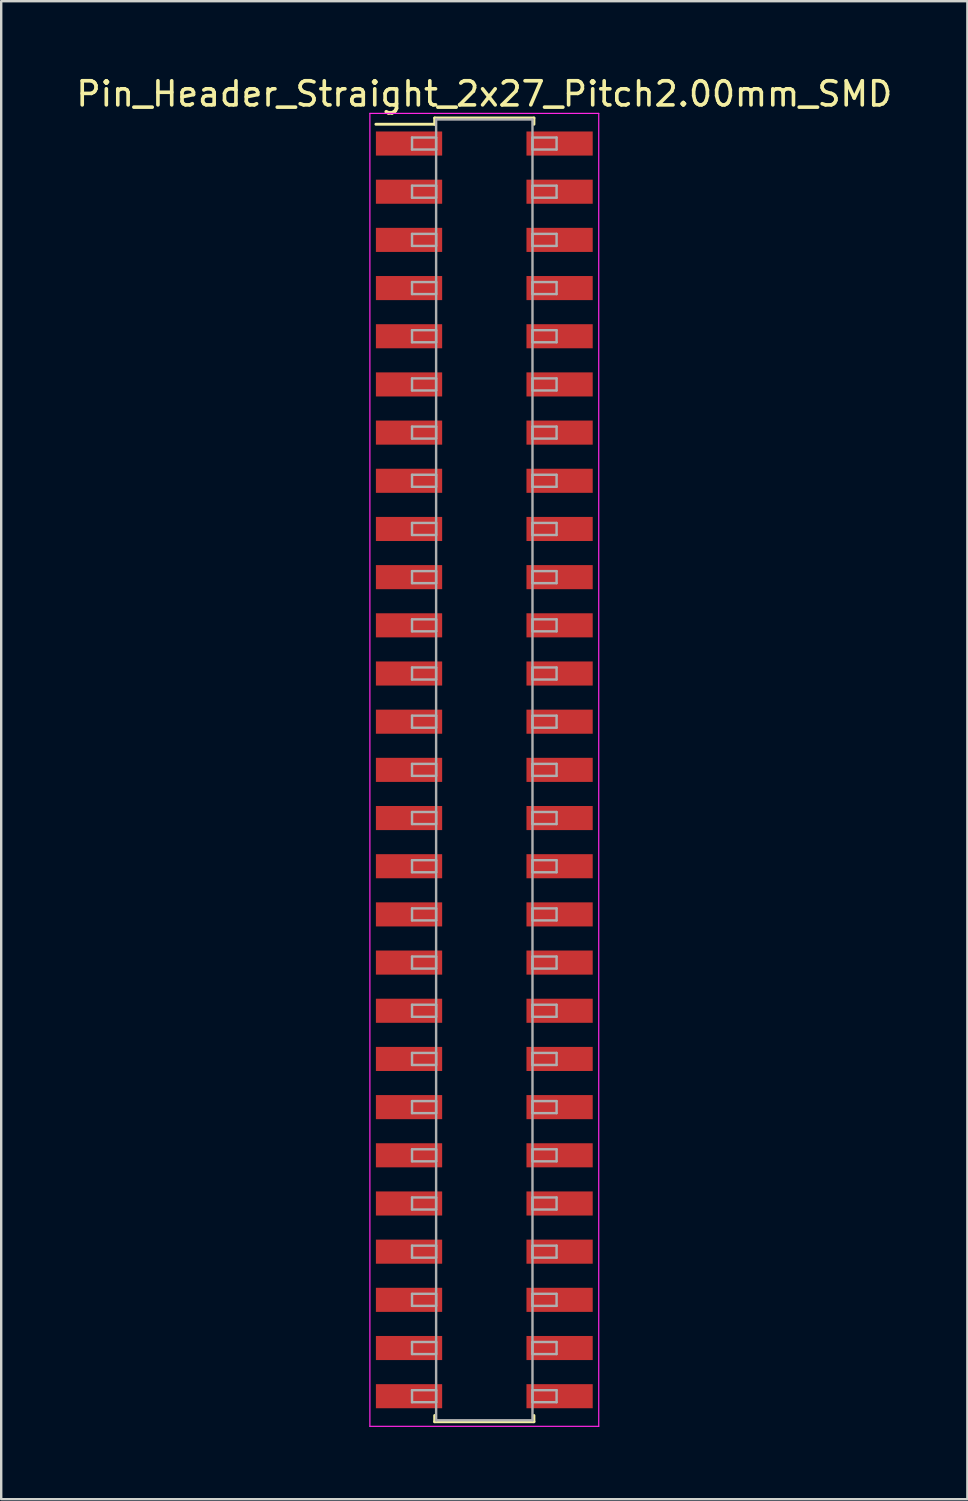
<source format=kicad_pcb>
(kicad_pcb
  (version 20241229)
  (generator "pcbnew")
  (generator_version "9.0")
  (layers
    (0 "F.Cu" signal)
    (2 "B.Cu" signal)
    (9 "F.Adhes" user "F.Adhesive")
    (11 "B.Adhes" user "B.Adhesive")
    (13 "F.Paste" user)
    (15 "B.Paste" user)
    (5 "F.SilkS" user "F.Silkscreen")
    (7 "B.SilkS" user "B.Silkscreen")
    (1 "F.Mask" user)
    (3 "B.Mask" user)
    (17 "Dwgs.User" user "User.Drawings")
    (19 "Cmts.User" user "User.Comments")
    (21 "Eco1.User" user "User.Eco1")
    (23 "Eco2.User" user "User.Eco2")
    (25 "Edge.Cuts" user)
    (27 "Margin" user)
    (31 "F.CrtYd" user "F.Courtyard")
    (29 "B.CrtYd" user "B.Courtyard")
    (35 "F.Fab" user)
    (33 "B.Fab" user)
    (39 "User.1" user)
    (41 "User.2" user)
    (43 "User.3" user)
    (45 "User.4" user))
  (footprint "Pin_Header_Straight_2x27_Pitch2.00mm_SMD"
    (layer "F.Cu")
    (at 17.054 28.908)
    (property "Reference" "Pin_Header_Straight_2x27_Pitch2.00mm_SMD" (at 0 -28.06 0) (layer "F.SilkS") (effects (font (size 1 1) (thickness 0.15))))
    (attr smd)
    (fp_line (start -4.5 -26.8) (end -2.06 -26.8) (stroke (width 0.12) (type solid)) (layer "F.SilkS"))
    (fp_line (start -2.06 -27.06) (end 2.06 -27.06) (stroke (width 0.12) (type solid)) (layer "F.SilkS"))
    (fp_line (start -2.06 -26.8) (end -2.06 -27.06) (stroke (width 0.12) (type solid)) (layer "F.SilkS"))
    (fp_line (start -2.06 26.8) (end -2.06 27.06) (stroke (width 0.12) (type solid)) (layer "F.SilkS"))
    (fp_line (start -2.06 27.06) (end 2.06 27.06) (stroke (width 0.12) (type solid)) (layer "F.SilkS"))
    (fp_line (start 2.06 -27.06) (end 2.06 -26.8) (stroke (width 0.12) (type solid)) (layer "F.SilkS"))
    (fp_line (start 2.06 27.06) (end 2.06 26.8) (stroke (width 0.12) (type solid)) (layer "F.SilkS"))
    (fp_line (start -4.75 -27.25) (end -4.75 27.25) (stroke (width 0.05) (type solid)) (layer "F.CrtYd"))
    (fp_line (start -4.75 27.25) (end 4.75 27.25) (stroke (width 0.05) (type solid)) (layer "F.CrtYd"))
    (fp_line (start 4.75 -27.25) (end -4.75 -27.25) (stroke (width 0.05) (type solid)) (layer "F.CrtYd"))
    (fp_line (start 4.75 27.25) (end 4.75 -27.25) (stroke (width 0.05) (type solid)) (layer "F.CrtYd"))
    (fp_line (start -3 -26.25) (end -2 -26.25) (stroke (width 0.1) (type solid)) (layer "F.Fab"))
    (fp_line (start -3 -25.75) (end -3 -26.25) (stroke (width 0.1) (type solid)) (layer "F.Fab"))
    (fp_line (start -3 -24.25) (end -2 -24.25) (stroke (width 0.1) (type solid)) (layer "F.Fab"))
    (fp_line (start -3 -23.75) (end -3 -24.25) (stroke (width 0.1) (type solid)) (layer "F.Fab"))
    (fp_line (start -3 -22.25) (end -2 -22.25) (stroke (width 0.1) (type solid)) (layer "F.Fab"))
    (fp_line (start -3 -21.75) (end -3 -22.25) (stroke (width 0.1) (type solid)) (layer "F.Fab"))
    (fp_line (start -3 -20.25) (end -2 -20.25) (stroke (width 0.1) (type solid)) (layer "F.Fab"))
    (fp_line (start -3 -19.75) (end -3 -20.25) (stroke (width 0.1) (type solid)) (layer "F.Fab"))
    (fp_line (start -3 -18.25) (end -2 -18.25) (stroke (width 0.1) (type solid)) (layer "F.Fab"))
    (fp_line (start -3 -17.75) (end -3 -18.25) (stroke (width 0.1) (type solid)) (layer "F.Fab"))
    (fp_line (start -3 -16.25) (end -2 -16.25) (stroke (width 0.1) (type solid)) (layer "F.Fab"))
    (fp_line (start -3 -15.75) (end -3 -16.25) (stroke (width 0.1) (type solid)) (layer "F.Fab"))
    (fp_line (start -3 -14.25) (end -2 -14.25) (stroke (width 0.1) (type solid)) (layer "F.Fab"))
    (fp_line (start -3 -13.75) (end -3 -14.25) (stroke (width 0.1) (type solid)) (layer "F.Fab"))
    (fp_line (start -3 -12.25) (end -2 -12.25) (stroke (width 0.1) (type solid)) (layer "F.Fab"))
    (fp_line (start -3 -11.75) (end -3 -12.25) (stroke (width 0.1) (type solid)) (layer "F.Fab"))
    (fp_line (start -3 -10.25) (end -2 -10.25) (stroke (width 0.1) (type solid)) (layer "F.Fab"))
    (fp_line (start -3 -9.75) (end -3 -10.25) (stroke (width 0.1) (type solid)) (layer "F.Fab"))
    (fp_line (start -3 -8.25) (end -2 -8.25) (stroke (width 0.1) (type solid)) (layer "F.Fab"))
    (fp_line (start -3 -7.75) (end -3 -8.25) (stroke (width 0.1) (type solid)) (layer "F.Fab"))
    (fp_line (start -3 -6.25) (end -2 -6.25) (stroke (width 0.1) (type solid)) (layer "F.Fab"))
    (fp_line (start -3 -5.75) (end -3 -6.25) (stroke (width 0.1) (type solid)) (layer "F.Fab"))
    (fp_line (start -3 -4.25) (end -2 -4.25) (stroke (width 0.1) (type solid)) (layer "F.Fab"))
    (fp_line (start -3 -3.75) (end -3 -4.25) (stroke (width 0.1) (type solid)) (layer "F.Fab"))
    (fp_line (start -3 -2.25) (end -2 -2.25) (stroke (width 0.1) (type solid)) (layer "F.Fab"))
    (fp_line (start -3 -1.75) (end -3 -2.25) (stroke (width 0.1) (type solid)) (layer "F.Fab"))
    (fp_line (start -3 -0.25) (end -2 -0.25) (stroke (width 0.1) (type solid)) (layer "F.Fab"))
    (fp_line (start -3 0.25) (end -3 -0.25) (stroke (width 0.1) (type solid)) (layer "F.Fab"))
    (fp_line (start -3 1.75) (end -2 1.75) (stroke (width 0.1) (type solid)) (layer "F.Fab"))
    (fp_line (start -3 2.25) (end -3 1.75) (stroke (width 0.1) (type solid)) (layer "F.Fab"))
    (fp_line (start -3 3.75) (end -2 3.75) (stroke (width 0.1) (type solid)) (layer "F.Fab"))
    (fp_line (start -3 4.25) (end -3 3.75) (stroke (width 0.1) (type solid)) (layer "F.Fab"))
    (fp_line (start -3 5.75) (end -2 5.75) (stroke (width 0.1) (type solid)) (layer "F.Fab"))
    (fp_line (start -3 6.25) (end -3 5.75) (stroke (width 0.1) (type solid)) (layer "F.Fab"))
    (fp_line (start -3 7.75) (end -2 7.75) (stroke (width 0.1) (type solid)) (layer "F.Fab"))
    (fp_line (start -3 8.25) (end -3 7.75) (stroke (width 0.1) (type solid)) (layer "F.Fab"))
    (fp_line (start -3 9.75) (end -2 9.75) (stroke (width 0.1) (type solid)) (layer "F.Fab"))
    (fp_line (start -3 10.25) (end -3 9.75) (stroke (width 0.1) (type solid)) (layer "F.Fab"))
    (fp_line (start -3 11.75) (end -2 11.75) (stroke (width 0.1) (type solid)) (layer "F.Fab"))
    (fp_line (start -3 12.25) (end -3 11.75) (stroke (width 0.1) (type solid)) (layer "F.Fab"))
    (fp_line (start -3 13.75) (end -2 13.75) (stroke (width 0.1) (type solid)) (layer "F.Fab"))
    (fp_line (start -3 14.25) (end -3 13.75) (stroke (width 0.1) (type solid)) (layer "F.Fab"))
    (fp_line (start -3 15.75) (end -2 15.75) (stroke (width 0.1) (type solid)) (layer "F.Fab"))
    (fp_line (start -3 16.25) (end -3 15.75) (stroke (width 0.1) (type solid)) (layer "F.Fab"))
    (fp_line (start -3 17.75) (end -2 17.75) (stroke (width 0.1) (type solid)) (layer "F.Fab"))
    (fp_line (start -3 18.25) (end -3 17.75) (stroke (width 0.1) (type solid)) (layer "F.Fab"))
    (fp_line (start -3 19.75) (end -2 19.75) (stroke (width 0.1) (type solid)) (layer "F.Fab"))
    (fp_line (start -3 20.25) (end -3 19.75) (stroke (width 0.1) (type solid)) (layer "F.Fab"))
    (fp_line (start -3 21.75) (end -2 21.75) (stroke (width 0.1) (type solid)) (layer "F.Fab"))
    (fp_line (start -3 22.25) (end -3 21.75) (stroke (width 0.1) (type solid)) (layer "F.Fab"))
    (fp_line (start -3 23.75) (end -2 23.75) (stroke (width 0.1) (type solid)) (layer "F.Fab"))
    (fp_line (start -3 24.25) (end -3 23.75) (stroke (width 0.1) (type solid)) (layer "F.Fab"))
    (fp_line (start -3 25.75) (end -2 25.75) (stroke (width 0.1) (type solid)) (layer "F.Fab"))
    (fp_line (start -3 26.25) (end -3 25.75) (stroke (width 0.1) (type solid)) (layer "F.Fab"))
    (fp_line (start -2 -27) (end -2 27) (stroke (width 0.1) (type solid)) (layer "F.Fab"))
    (fp_line (start -2 -26.25) (end -2 -25.75) (stroke (width 0.1) (type solid)) (layer "F.Fab"))
    (fp_line (start -2 -25.75) (end -3 -25.75) (stroke (width 0.1) (type solid)) (layer "F.Fab"))
    (fp_line (start -2 -24.25) (end -2 -23.75) (stroke (width 0.1) (type solid)) (layer "F.Fab"))
    (fp_line (start -2 -23.75) (end -3 -23.75) (stroke (width 0.1) (type solid)) (layer "F.Fab"))
    (fp_line (start -2 -22.25) (end -2 -21.75) (stroke (width 0.1) (type solid)) (layer "F.Fab"))
    (fp_line (start -2 -21.75) (end -3 -21.75) (stroke (width 0.1) (type solid)) (layer "F.Fab"))
    (fp_line (start -2 -20.25) (end -2 -19.75) (stroke (width 0.1) (type solid)) (layer "F.Fab"))
    (fp_line (start -2 -19.75) (end -3 -19.75) (stroke (width 0.1) (type solid)) (layer "F.Fab"))
    (fp_line (start -2 -18.25) (end -2 -17.75) (stroke (width 0.1) (type solid)) (layer "F.Fab"))
    (fp_line (start -2 -17.75) (end -3 -17.75) (stroke (width 0.1) (type solid)) (layer "F.Fab"))
    (fp_line (start -2 -16.25) (end -2 -15.75) (stroke (width 0.1) (type solid)) (layer "F.Fab"))
    (fp_line (start -2 -15.75) (end -3 -15.75) (stroke (width 0.1) (type solid)) (layer "F.Fab"))
    (fp_line (start -2 -14.25) (end -2 -13.75) (stroke (width 0.1) (type solid)) (layer "F.Fab"))
    (fp_line (start -2 -13.75) (end -3 -13.75) (stroke (width 0.1) (type solid)) (layer "F.Fab"))
    (fp_line (start -2 -12.25) (end -2 -11.75) (stroke (width 0.1) (type solid)) (layer "F.Fab"))
    (fp_line (start -2 -11.75) (end -3 -11.75) (stroke (width 0.1) (type solid)) (layer "F.Fab"))
    (fp_line (start -2 -10.25) (end -2 -9.75) (stroke (width 0.1) (type solid)) (layer "F.Fab"))
    (fp_line (start -2 -9.75) (end -3 -9.75) (stroke (width 0.1) (type solid)) (layer "F.Fab"))
    (fp_line (start -2 -8.25) (end -2 -7.75) (stroke (width 0.1) (type solid)) (layer "F.Fab"))
    (fp_line (start -2 -7.75) (end -3 -7.75) (stroke (width 0.1) (type solid)) (layer "F.Fab"))
    (fp_line (start -2 -6.25) (end -2 -5.75) (stroke (width 0.1) (type solid)) (layer "F.Fab"))
    (fp_line (start -2 -5.75) (end -3 -5.75) (stroke (width 0.1) (type solid)) (layer "F.Fab"))
    (fp_line (start -2 -4.25) (end -2 -3.75) (stroke (width 0.1) (type solid)) (layer "F.Fab"))
    (fp_line (start -2 -3.75) (end -3 -3.75) (stroke (width 0.1) (type solid)) (layer "F.Fab"))
    (fp_line (start -2 -2.25) (end -2 -1.75) (stroke (width 0.1) (type solid)) (layer "F.Fab"))
    (fp_line (start -2 -1.75) (end -3 -1.75) (stroke (width 0.1) (type solid)) (layer "F.Fab"))
    (fp_line (start -2 -0.25) (end -2 0.25) (stroke (width 0.1) (type solid)) (layer "F.Fab"))
    (fp_line (start -2 0.25) (end -3 0.25) (stroke (width 0.1) (type solid)) (layer "F.Fab"))
    (fp_line (start -2 1.75) (end -2 2.25) (stroke (width 0.1) (type solid)) (layer "F.Fab"))
    (fp_line (start -2 2.25) (end -3 2.25) (stroke (width 0.1) (type solid)) (layer "F.Fab"))
    (fp_line (start -2 3.75) (end -2 4.25) (stroke (width 0.1) (type solid)) (layer "F.Fab"))
    (fp_line (start -2 4.25) (end -3 4.25) (stroke (width 0.1) (type solid)) (layer "F.Fab"))
    (fp_line (start -2 5.75) (end -2 6.25) (stroke (width 0.1) (type solid)) (layer "F.Fab"))
    (fp_line (start -2 6.25) (end -3 6.25) (stroke (width 0.1) (type solid)) (layer "F.Fab"))
    (fp_line (start -2 7.75) (end -2 8.25) (stroke (width 0.1) (type solid)) (layer "F.Fab"))
    (fp_line (start -2 8.25) (end -3 8.25) (stroke (width 0.1) (type solid)) (layer "F.Fab"))
    (fp_line (start -2 9.75) (end -2 10.25) (stroke (width 0.1) (type solid)) (layer "F.Fab"))
    (fp_line (start -2 10.25) (end -3 10.25) (stroke (width 0.1) (type solid)) (layer "F.Fab"))
    (fp_line (start -2 11.75) (end -2 12.25) (stroke (width 0.1) (type solid)) (layer "F.Fab"))
    (fp_line (start -2 12.25) (end -3 12.25) (stroke (width 0.1) (type solid)) (layer "F.Fab"))
    (fp_line (start -2 13.75) (end -2 14.25) (stroke (width 0.1) (type solid)) (layer "F.Fab"))
    (fp_line (start -2 14.25) (end -3 14.25) (stroke (width 0.1) (type solid)) (layer "F.Fab"))
    (fp_line (start -2 15.75) (end -2 16.25) (stroke (width 0.1) (type solid)) (layer "F.Fab"))
    (fp_line (start -2 16.25) (end -3 16.25) (stroke (width 0.1) (type solid)) (layer "F.Fab"))
    (fp_line (start -2 17.75) (end -2 18.25) (stroke (width 0.1) (type solid)) (layer "F.Fab"))
    (fp_line (start -2 18.25) (end -3 18.25) (stroke (width 0.1) (type solid)) (layer "F.Fab"))
    (fp_line (start -2 19.75) (end -2 20.25) (stroke (width 0.1) (type solid)) (layer "F.Fab"))
    (fp_line (start -2 20.25) (end -3 20.25) (stroke (width 0.1) (type solid)) (layer "F.Fab"))
    (fp_line (start -2 21.75) (end -2 22.25) (stroke (width 0.1) (type solid)) (layer "F.Fab"))
    (fp_line (start -2 22.25) (end -3 22.25) (stroke (width 0.1) (type solid)) (layer "F.Fab"))
    (fp_line (start -2 23.75) (end -2 24.25) (stroke (width 0.1) (type solid)) (layer "F.Fab"))
    (fp_line (start -2 24.25) (end -3 24.25) (stroke (width 0.1) (type solid)) (layer "F.Fab"))
    (fp_line (start -2 25.75) (end -2 26.25) (stroke (width 0.1) (type solid)) (layer "F.Fab"))
    (fp_line (start -2 26.25) (end -3 26.25) (stroke (width 0.1) (type solid)) (layer "F.Fab"))
    (fp_line (start -2 27) (end 2 27) (stroke (width 0.1) (type solid)) (layer "F.Fab"))
    (fp_line (start 2 -27) (end -2 -27) (stroke (width 0.1) (type solid)) (layer "F.Fab"))
    (fp_line (start 2 -26.25) (end 2 -25.75) (stroke (width 0.1) (type solid)) (layer "F.Fab"))
    (fp_line (start 2 -25.75) (end 3 -25.75) (stroke (width 0.1) (type solid)) (layer "F.Fab"))
    (fp_line (start 2 -24.25) (end 2 -23.75) (stroke (width 0.1) (type solid)) (layer "F.Fab"))
    (fp_line (start 2 -23.75) (end 3 -23.75) (stroke (width 0.1) (type solid)) (layer "F.Fab"))
    (fp_line (start 2 -22.25) (end 2 -21.75) (stroke (width 0.1) (type solid)) (layer "F.Fab"))
    (fp_line (start 2 -21.75) (end 3 -21.75) (stroke (width 0.1) (type solid)) (layer "F.Fab"))
    (fp_line (start 2 -20.25) (end 2 -19.75) (stroke (width 0.1) (type solid)) (layer "F.Fab"))
    (fp_line (start 2 -19.75) (end 3 -19.75) (stroke (width 0.1) (type solid)) (layer "F.Fab"))
    (fp_line (start 2 -18.25) (end 2 -17.75) (stroke (width 0.1) (type solid)) (layer "F.Fab"))
    (fp_line (start 2 -17.75) (end 3 -17.75) (stroke (width 0.1) (type solid)) (layer "F.Fab"))
    (fp_line (start 2 -16.25) (end 2 -15.75) (stroke (width 0.1) (type solid)) (layer "F.Fab"))
    (fp_line (start 2 -15.75) (end 3 -15.75) (stroke (width 0.1) (type solid)) (layer "F.Fab"))
    (fp_line (start 2 -14.25) (end 2 -13.75) (stroke (width 0.1) (type solid)) (layer "F.Fab"))
    (fp_line (start 2 -13.75) (end 3 -13.75) (stroke (width 0.1) (type solid)) (layer "F.Fab"))
    (fp_line (start 2 -12.25) (end 2 -11.75) (stroke (width 0.1) (type solid)) (layer "F.Fab"))
    (fp_line (start 2 -11.75) (end 3 -11.75) (stroke (width 0.1) (type solid)) (layer "F.Fab"))
    (fp_line (start 2 -10.25) (end 2 -9.75) (stroke (width 0.1) (type solid)) (layer "F.Fab"))
    (fp_line (start 2 -9.75) (end 3 -9.75) (stroke (width 0.1) (type solid)) (layer "F.Fab"))
    (fp_line (start 2 -8.25) (end 2 -7.75) (stroke (width 0.1) (type solid)) (layer "F.Fab"))
    (fp_line (start 2 -7.75) (end 3 -7.75) (stroke (width 0.1) (type solid)) (layer "F.Fab"))
    (fp_line (start 2 -6.25) (end 2 -5.75) (stroke (width 0.1) (type solid)) (layer "F.Fab"))
    (fp_line (start 2 -5.75) (end 3 -5.75) (stroke (width 0.1) (type solid)) (layer "F.Fab"))
    (fp_line (start 2 -4.25) (end 2 -3.75) (stroke (width 0.1) (type solid)) (layer "F.Fab"))
    (fp_line (start 2 -3.75) (end 3 -3.75) (stroke (width 0.1) (type solid)) (layer "F.Fab"))
    (fp_line (start 2 -2.25) (end 2 -1.75) (stroke (width 0.1) (type solid)) (layer "F.Fab"))
    (fp_line (start 2 -1.75) (end 3 -1.75) (stroke (width 0.1) (type solid)) (layer "F.Fab"))
    (fp_line (start 2 -0.25) (end 2 0.25) (stroke (width 0.1) (type solid)) (layer "F.Fab"))
    (fp_line (start 2 0.25) (end 3 0.25) (stroke (width 0.1) (type solid)) (layer "F.Fab"))
    (fp_line (start 2 1.75) (end 2 2.25) (stroke (width 0.1) (type solid)) (layer "F.Fab"))
    (fp_line (start 2 2.25) (end 3 2.25) (stroke (width 0.1) (type solid)) (layer "F.Fab"))
    (fp_line (start 2 3.75) (end 2 4.25) (stroke (width 0.1) (type solid)) (layer "F.Fab"))
    (fp_line (start 2 4.25) (end 3 4.25) (stroke (width 0.1) (type solid)) (layer "F.Fab"))
    (fp_line (start 2 5.75) (end 2 6.25) (stroke (width 0.1) (type solid)) (layer "F.Fab"))
    (fp_line (start 2 6.25) (end 3 6.25) (stroke (width 0.1) (type solid)) (layer "F.Fab"))
    (fp_line (start 2 7.75) (end 2 8.25) (stroke (width 0.1) (type solid)) (layer "F.Fab"))
    (fp_line (start 2 8.25) (end 3 8.25) (stroke (width 0.1) (type solid)) (layer "F.Fab"))
    (fp_line (start 2 9.75) (end 2 10.25) (stroke (width 0.1) (type solid)) (layer "F.Fab"))
    (fp_line (start 2 10.25) (end 3 10.25) (stroke (width 0.1) (type solid)) (layer "F.Fab"))
    (fp_line (start 2 11.75) (end 2 12.25) (stroke (width 0.1) (type solid)) (layer "F.Fab"))
    (fp_line (start 2 12.25) (end 3 12.25) (stroke (width 0.1) (type solid)) (layer "F.Fab"))
    (fp_line (start 2 13.75) (end 2 14.25) (stroke (width 0.1) (type solid)) (layer "F.Fab"))
    (fp_line (start 2 14.25) (end 3 14.25) (stroke (width 0.1) (type solid)) (layer "F.Fab"))
    (fp_line (start 2 15.75) (end 2 16.25) (stroke (width 0.1) (type solid)) (layer "F.Fab"))
    (fp_line (start 2 16.25) (end 3 16.25) (stroke (width 0.1) (type solid)) (layer "F.Fab"))
    (fp_line (start 2 17.75) (end 2 18.25) (stroke (width 0.1) (type solid)) (layer "F.Fab"))
    (fp_line (start 2 18.25) (end 3 18.25) (stroke (width 0.1) (type solid)) (layer "F.Fab"))
    (fp_line (start 2 19.75) (end 2 20.25) (stroke (width 0.1) (type solid)) (layer "F.Fab"))
    (fp_line (start 2 20.25) (end 3 20.25) (stroke (width 0.1) (type solid)) (layer "F.Fab"))
    (fp_line (start 2 21.75) (end 2 22.25) (stroke (width 0.1) (type solid)) (layer "F.Fab"))
    (fp_line (start 2 22.25) (end 3 22.25) (stroke (width 0.1) (type solid)) (layer "F.Fab"))
    (fp_line (start 2 23.75) (end 2 24.25) (stroke (width 0.1) (type solid)) (layer "F.Fab"))
    (fp_line (start 2 24.25) (end 3 24.25) (stroke (width 0.1) (type solid)) (layer "F.Fab"))
    (fp_line (start 2 25.75) (end 2 26.25) (stroke (width 0.1) (type solid)) (layer "F.Fab"))
    (fp_line (start 2 26.25) (end 3 26.25) (stroke (width 0.1) (type solid)) (layer "F.Fab"))
    (fp_line (start 2 27) (end 2 -27) (stroke (width 0.1) (type solid)) (layer "F.Fab"))
    (fp_line (start 3 -26.25) (end 2 -26.25) (stroke (width 0.1) (type solid)) (layer "F.Fab"))
    (fp_line (start 3 -25.75) (end 3 -26.25) (stroke (width 0.1) (type solid)) (layer "F.Fab"))
    (fp_line (start 3 -24.25) (end 2 -24.25) (stroke (width 0.1) (type solid)) (layer "F.Fab"))
    (fp_line (start 3 -23.75) (end 3 -24.25) (stroke (width 0.1) (type solid)) (layer "F.Fab"))
    (fp_line (start 3 -22.25) (end 2 -22.25) (stroke (width 0.1) (type solid)) (layer "F.Fab"))
    (fp_line (start 3 -21.75) (end 3 -22.25) (stroke (width 0.1) (type solid)) (layer "F.Fab"))
    (fp_line (start 3 -20.25) (end 2 -20.25) (stroke (width 0.1) (type solid)) (layer "F.Fab"))
    (fp_line (start 3 -19.75) (end 3 -20.25) (stroke (width 0.1) (type solid)) (layer "F.Fab"))
    (fp_line (start 3 -18.25) (end 2 -18.25) (stroke (width 0.1) (type solid)) (layer "F.Fab"))
    (fp_line (start 3 -17.75) (end 3 -18.25) (stroke (width 0.1) (type solid)) (layer "F.Fab"))
    (fp_line (start 3 -16.25) (end 2 -16.25) (stroke (width 0.1) (type solid)) (layer "F.Fab"))
    (fp_line (start 3 -15.75) (end 3 -16.25) (stroke (width 0.1) (type solid)) (layer "F.Fab"))
    (fp_line (start 3 -14.25) (end 2 -14.25) (stroke (width 0.1) (type solid)) (layer "F.Fab"))
    (fp_line (start 3 -13.75) (end 3 -14.25) (stroke (width 0.1) (type solid)) (layer "F.Fab"))
    (fp_line (start 3 -12.25) (end 2 -12.25) (stroke (width 0.1) (type solid)) (layer "F.Fab"))
    (fp_line (start 3 -11.75) (end 3 -12.25) (stroke (width 0.1) (type solid)) (layer "F.Fab"))
    (fp_line (start 3 -10.25) (end 2 -10.25) (stroke (width 0.1) (type solid)) (layer "F.Fab"))
    (fp_line (start 3 -9.75) (end 3 -10.25) (stroke (width 0.1) (type solid)) (layer "F.Fab"))
    (fp_line (start 3 -8.25) (end 2 -8.25) (stroke (width 0.1) (type solid)) (layer "F.Fab"))
    (fp_line (start 3 -7.75) (end 3 -8.25) (stroke (width 0.1) (type solid)) (layer "F.Fab"))
    (fp_line (start 3 -6.25) (end 2 -6.25) (stroke (width 0.1) (type solid)) (layer "F.Fab"))
    (fp_line (start 3 -5.75) (end 3 -6.25) (stroke (width 0.1) (type solid)) (layer "F.Fab"))
    (fp_line (start 3 -4.25) (end 2 -4.25) (stroke (width 0.1) (type solid)) (layer "F.Fab"))
    (fp_line (start 3 -3.75) (end 3 -4.25) (stroke (width 0.1) (type solid)) (layer "F.Fab"))
    (fp_line (start 3 -2.25) (end 2 -2.25) (stroke (width 0.1) (type solid)) (layer "F.Fab"))
    (fp_line (start 3 -1.75) (end 3 -2.25) (stroke (width 0.1) (type solid)) (layer "F.Fab"))
    (fp_line (start 3 -0.25) (end 2 -0.25) (stroke (width 0.1) (type solid)) (layer "F.Fab"))
    (fp_line (start 3 0.25) (end 3 -0.25) (stroke (width 0.1) (type solid)) (layer "F.Fab"))
    (fp_line (start 3 1.75) (end 2 1.75) (stroke (width 0.1) (type solid)) (layer "F.Fab"))
    (fp_line (start 3 2.25) (end 3 1.75) (stroke (width 0.1) (type solid)) (layer "F.Fab"))
    (fp_line (start 3 3.75) (end 2 3.75) (stroke (width 0.1) (type solid)) (layer "F.Fab"))
    (fp_line (start 3 4.25) (end 3 3.75) (stroke (width 0.1) (type solid)) (layer "F.Fab"))
    (fp_line (start 3 5.75) (end 2 5.75) (stroke (width 0.1) (type solid)) (layer "F.Fab"))
    (fp_line (start 3 6.25) (end 3 5.75) (stroke (width 0.1) (type solid)) (layer "F.Fab"))
    (fp_line (start 3 7.75) (end 2 7.75) (stroke (width 0.1) (type solid)) (layer "F.Fab"))
    (fp_line (start 3 8.25) (end 3 7.75) (stroke (width 0.1) (type solid)) (layer "F.Fab"))
    (fp_line (start 3 9.75) (end 2 9.75) (stroke (width 0.1) (type solid)) (layer "F.Fab"))
    (fp_line (start 3 10.25) (end 3 9.75) (stroke (width 0.1) (type solid)) (layer "F.Fab"))
    (fp_line (start 3 11.75) (end 2 11.75) (stroke (width 0.1) (type solid)) (layer "F.Fab"))
    (fp_line (start 3 12.25) (end 3 11.75) (stroke (width 0.1) (type solid)) (layer "F.Fab"))
    (fp_line (start 3 13.75) (end 2 13.75) (stroke (width 0.1) (type solid)) (layer "F.Fab"))
    (fp_line (start 3 14.25) (end 3 13.75) (stroke (width 0.1) (type solid)) (layer "F.Fab"))
    (fp_line (start 3 15.75) (end 2 15.75) (stroke (width 0.1) (type solid)) (layer "F.Fab"))
    (fp_line (start 3 16.25) (end 3 15.75) (stroke (width 0.1) (type solid)) (layer "F.Fab"))
    (fp_line (start 3 17.75) (end 2 17.75) (stroke (width 0.1) (type solid)) (layer "F.Fab"))
    (fp_line (start 3 18.25) (end 3 17.75) (stroke (width 0.1) (type solid)) (layer "F.Fab"))
    (fp_line (start 3 19.75) (end 2 19.75) (stroke (width 0.1) (type solid)) (layer "F.Fab"))
    (fp_line (start 3 20.25) (end 3 19.75) (stroke (width 0.1) (type solid)) (layer "F.Fab"))
    (fp_line (start 3 21.75) (end 2 21.75) (stroke (width 0.1) (type solid)) (layer "F.Fab"))
    (fp_line (start 3 22.25) (end 3 21.75) (stroke (width 0.1) (type solid)) (layer "F.Fab"))
    (fp_line (start 3 23.75) (end 2 23.75) (stroke (width 0.1) (type solid)) (layer "F.Fab"))
    (fp_line (start 3 24.25) (end 3 23.75) (stroke (width 0.1) (type solid)) (layer "F.Fab"))
    (fp_line (start 3 25.75) (end 2 25.75) (stroke (width 0.1) (type solid)) (layer "F.Fab"))
    (fp_line (start 3 26.25) (end 3 25.75) (stroke (width 0.1) (type solid)) (layer "F.Fab"))
    (pad "1" smd rect (at -3.125 -26) (size 2.75 1) (layers "F.Cu" "F.Mask"))
    (pad "2" smd rect (at 3.125 -26) (size 2.75 1) (layers "F.Cu" "F.Mask"))
    (pad "3" smd rect (at -3.125 -24) (size 2.75 1) (layers "F.Cu" "F.Mask"))
    (pad "4" smd rect (at 3.125 -24) (size 2.75 1) (layers "F.Cu" "F.Mask"))
    (pad "5" smd rect (at -3.125 -22) (size 2.75 1) (layers "F.Cu" "F.Mask"))
    (pad "6" smd rect (at 3.125 -22) (size 2.75 1) (layers "F.Cu" "F.Mask"))
    (pad "7" smd rect (at -3.125 -20) (size 2.75 1) (layers "F.Cu" "F.Mask"))
    (pad "8" smd rect (at 3.125 -20) (size 2.75 1) (layers "F.Cu" "F.Mask"))
    (pad "9" smd rect (at -3.125 -18) (size 2.75 1) (layers "F.Cu" "F.Mask"))
    (pad "10" smd rect (at 3.125 -18) (size 2.75 1) (layers "F.Cu" "F.Mask"))
    (pad "11" smd rect (at -3.125 -16) (size 2.75 1) (layers "F.Cu" "F.Mask"))
    (pad "12" smd rect (at 3.125 -16) (size 2.75 1) (layers "F.Cu" "F.Mask"))
    (pad "13" smd rect (at -3.125 -14) (size 2.75 1) (layers "F.Cu" "F.Mask"))
    (pad "14" smd rect (at 3.125 -14) (size 2.75 1) (layers "F.Cu" "F.Mask"))
    (pad "15" smd rect (at -3.125 -12) (size 2.75 1) (layers "F.Cu" "F.Mask"))
    (pad "16" smd rect (at 3.125 -12) (size 2.75 1) (layers "F.Cu" "F.Mask"))
    (pad "17" smd rect (at -3.125 -10) (size 2.75 1) (layers "F.Cu" "F.Mask"))
    (pad "18" smd rect (at 3.125 -10) (size 2.75 1) (layers "F.Cu" "F.Mask"))
    (pad "19" smd rect (at -3.125 -8) (size 2.75 1) (layers "F.Cu" "F.Mask"))
    (pad "20" smd rect (at 3.125 -8) (size 2.75 1) (layers "F.Cu" "F.Mask"))
    (pad "21" smd rect (at -3.125 -6) (size 2.75 1) (layers "F.Cu" "F.Mask"))
    (pad "22" smd rect (at 3.125 -6) (size 2.75 1) (layers "F.Cu" "F.Mask"))
    (pad "23" smd rect (at -3.125 -4) (size 2.75 1) (layers "F.Cu" "F.Mask"))
    (pad "24" smd rect (at 3.125 -4) (size 2.75 1) (layers "F.Cu" "F.Mask"))
    (pad "25" smd rect (at -3.125 -2) (size 2.75 1) (layers "F.Cu" "F.Mask"))
    (pad "26" smd rect (at 3.125 -2) (size 2.75 1) (layers "F.Cu" "F.Mask"))
    (pad "27" smd rect (at -3.125 0) (size 2.75 1) (layers "F.Cu" "F.Mask"))
    (pad "28" smd rect (at 3.125 0) (size 2.75 1) (layers "F.Cu" "F.Mask"))
    (pad "29" smd rect (at -3.125 2) (size 2.75 1) (layers "F.Cu" "F.Mask"))
    (pad "30" smd rect (at 3.125 2) (size 2.75 1) (layers "F.Cu" "F.Mask"))
    (pad "31" smd rect (at -3.125 4) (size 2.75 1) (layers "F.Cu" "F.Mask"))
    (pad "32" smd rect (at 3.125 4) (size 2.75 1) (layers "F.Cu" "F.Mask"))
    (pad "33" smd rect (at -3.125 6) (size 2.75 1) (layers "F.Cu" "F.Mask"))
    (pad "34" smd rect (at 3.125 6) (size 2.75 1) (layers "F.Cu" "F.Mask"))
    (pad "35" smd rect (at -3.125 8) (size 2.75 1) (layers "F.Cu" "F.Mask"))
    (pad "36" smd rect (at 3.125 8) (size 2.75 1) (layers "F.Cu" "F.Mask"))
    (pad "37" smd rect (at -3.125 10) (size 2.75 1) (layers "F.Cu" "F.Mask"))
    (pad "38" smd rect (at 3.125 10) (size 2.75 1) (layers "F.Cu" "F.Mask"))
    (pad "39" smd rect (at -3.125 12) (size 2.75 1) (layers "F.Cu" "F.Mask"))
    (pad "40" smd rect (at 3.125 12) (size 2.75 1) (layers "F.Cu" "F.Mask"))
    (pad "41" smd rect (at -3.125 14) (size 2.75 1) (layers "F.Cu" "F.Mask"))
    (pad "42" smd rect (at 3.125 14) (size 2.75 1) (layers "F.Cu" "F.Mask"))
    (pad "43" smd rect (at -3.125 16) (size 2.75 1) (layers "F.Cu" "F.Mask"))
    (pad "44" smd rect (at 3.125 16) (size 2.75 1) (layers "F.Cu" "F.Mask"))
    (pad "45" smd rect (at -3.125 18) (size 2.75 1) (layers "F.Cu" "F.Mask"))
    (pad "46" smd rect (at 3.125 18) (size 2.75 1) (layers "F.Cu" "F.Mask"))
    (pad "47" smd rect (at -3.125 20) (size 2.75 1) (layers "F.Cu" "F.Mask"))
    (pad "48" smd rect (at 3.125 20) (size 2.75 1) (layers "F.Cu" "F.Mask"))
    (pad "49" smd rect (at -3.125 22) (size 2.75 1) (layers "F.Cu" "F.Mask"))
    (pad "50" smd rect (at 3.125 22) (size 2.75 1) (layers "F.Cu" "F.Mask"))
    (pad "51" smd rect (at -3.125 24) (size 2.75 1) (layers "F.Cu" "F.Mask"))
    (pad "52" smd rect (at 3.125 24) (size 2.75 1) (layers "F.Cu" "F.Mask"))
    (pad "53" smd rect (at -3.125 26) (size 2.75 1) (layers "F.Cu" "F.Mask"))
    (pad "54" smd rect (at 3.125 26) (size 2.75 1) (layers "F.Cu" "F.Mask")))
  (gr_rect
    (start -3 -3)
    (end 37.107 59.183)
    (stroke (width 0.1) (type default))
    (fill no)
    (layer "Edge.Cuts")))
</source>
